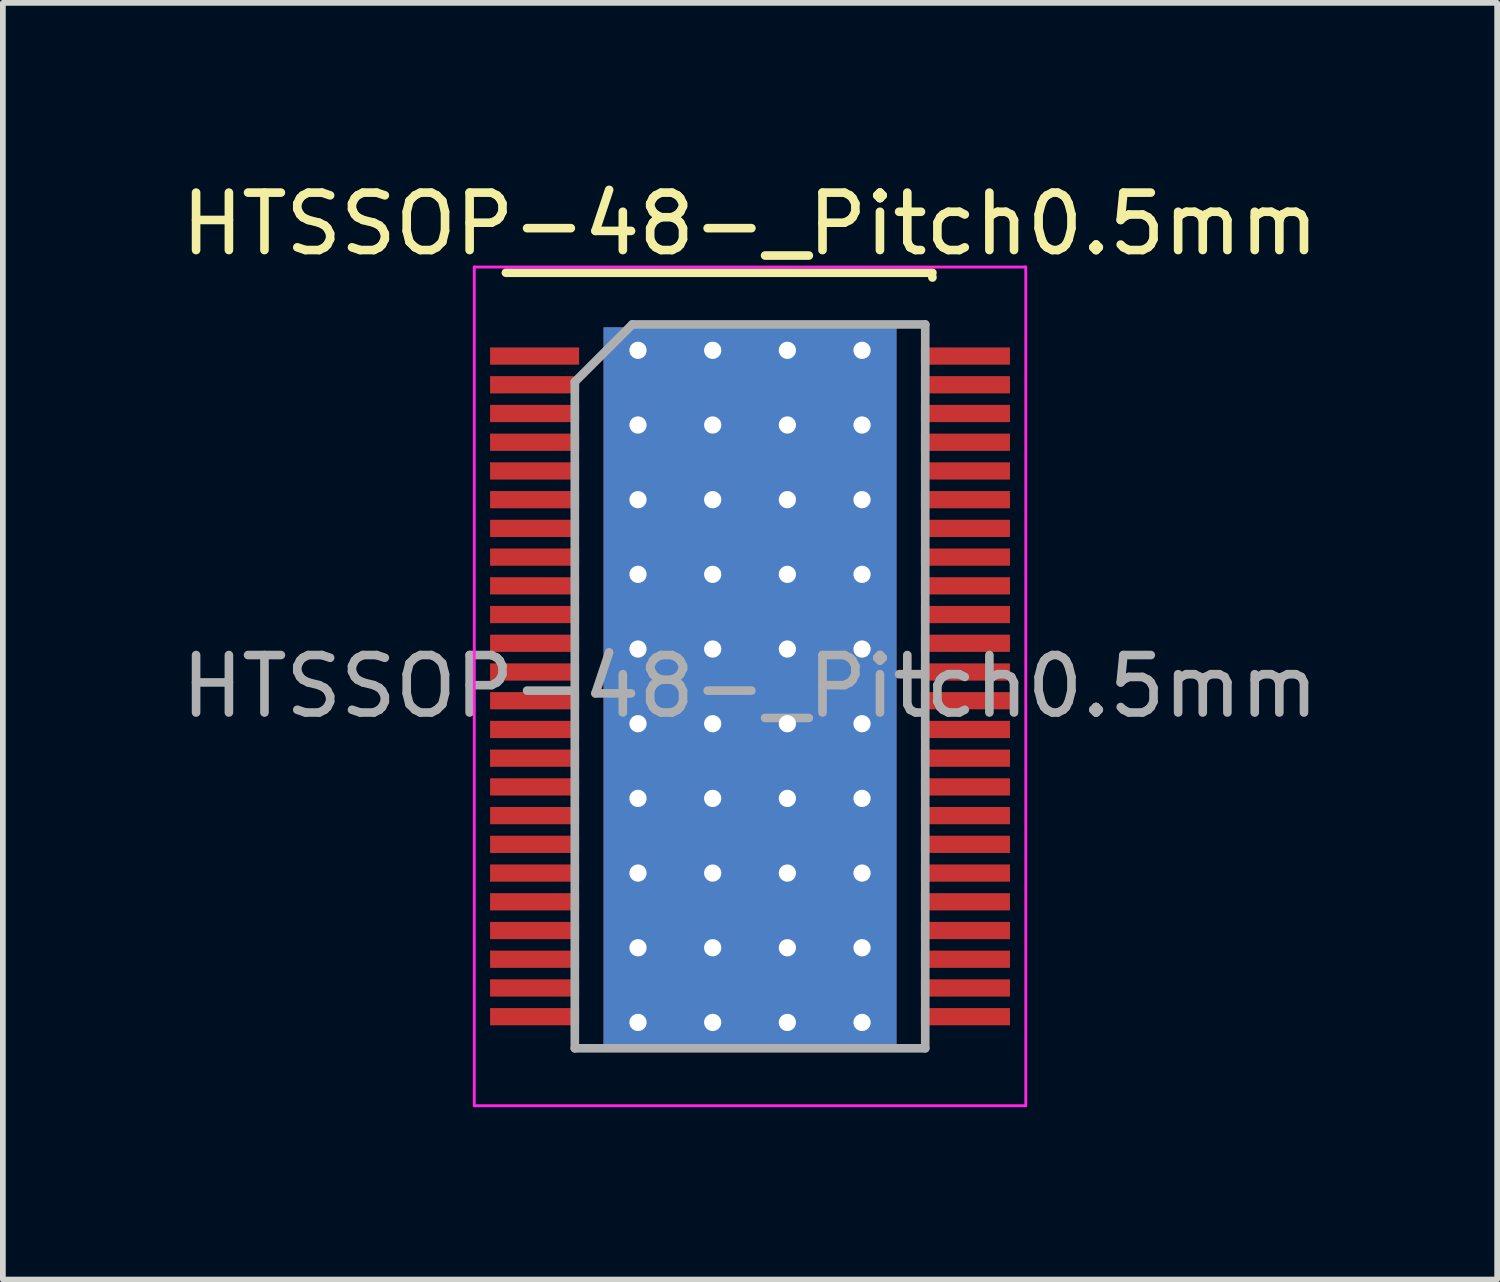
<source format=kicad_pcb>
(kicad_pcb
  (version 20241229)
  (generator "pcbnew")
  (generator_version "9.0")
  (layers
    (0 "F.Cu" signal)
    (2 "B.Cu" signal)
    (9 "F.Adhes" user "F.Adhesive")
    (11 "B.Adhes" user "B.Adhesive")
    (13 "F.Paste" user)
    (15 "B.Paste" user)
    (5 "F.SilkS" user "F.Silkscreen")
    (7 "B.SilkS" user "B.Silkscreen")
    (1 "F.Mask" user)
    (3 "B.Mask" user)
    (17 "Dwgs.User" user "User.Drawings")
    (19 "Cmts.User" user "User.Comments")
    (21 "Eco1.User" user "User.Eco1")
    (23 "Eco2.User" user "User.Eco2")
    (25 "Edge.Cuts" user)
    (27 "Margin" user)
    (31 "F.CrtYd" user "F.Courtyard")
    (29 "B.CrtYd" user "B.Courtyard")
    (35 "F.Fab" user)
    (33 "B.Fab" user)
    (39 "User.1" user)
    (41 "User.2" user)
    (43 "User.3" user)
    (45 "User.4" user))
  (footprint "HTSSOP-48-_Pitch0.5mm"
    (layer "F.Cu")
    (at 10.006 8.898)
    (property "Reference" "HTSSOP-48-_Pitch0.5mm" (at 0 -8.05 0) (layer "F.SilkS") (effects (font (size 1 1) (thickness 0.15))))
    (attr smd)
    (fp_line (start -4.25 -7.2) (end 3.175 -7.2) (stroke (width 0.15) (type solid)) (layer "F.SilkS"))
    (fp_line (start 3.175 -7.125) (end 3.175 -7.117) (stroke (width 0.15) (type solid)) (layer "F.SilkS"))
    (fp_line (start -4.8 -7.3) (end -4.8 7.3) (stroke (width 0.05) (type solid)) (layer "F.CrtYd"))
    (fp_line (start -4.8 -7.3) (end 4.8 -7.3) (stroke (width 0.05) (type solid)) (layer "F.CrtYd"))
    (fp_line (start -4.8 7.3) (end 4.8 7.3) (stroke (width 0.05) (type solid)) (layer "F.CrtYd"))
    (fp_line (start 4.8 -7.3) (end 4.8 7.3) (stroke (width 0.05) (type solid)) (layer "F.CrtYd"))
    (fp_line (start -3.05 -5.3) (end -2.05 -6.3) (stroke (width 0.15) (type solid)) (layer "F.Fab"))
    (fp_line (start -3.05 6.3) (end -3.05 -5.3) (stroke (width 0.15) (type solid)) (layer "F.Fab"))
    (fp_line (start -3.05 6.3) (end 3.05 6.3) (stroke (width 0.15) (type solid)) (layer "F.Fab"))
    (fp_line (start -2.05 -6.3) (end 3.05 -6.3) (stroke (width 0.15) (type solid)) (layer "F.Fab"))
    (fp_line (start 3.05 -6.3) (end 3.05 6.3) (stroke (width 0.15) (type solid)) (layer "F.Fab"))
    (fp_text user "${REFERENCE}" (at 0 0 0) (layer "F.Fab") (effects (font (size 1 1) (thickness 0.15))))
    (pad "1" smd rect (at -3.75 -5.75) (size 1.55 0.3) (layers "F.Cu" "F.Mask" "F.Paste"))
    (pad "2" smd rect (at -3.75 -5.25) (size 1.55 0.3) (layers "F.Cu" "F.Mask" "F.Paste"))
    (pad "3" smd rect (at -3.75 -4.75) (size 1.55 0.3) (layers "F.Cu" "F.Mask" "F.Paste"))
    (pad "4" smd rect (at -3.75 -4.25) (size 1.55 0.3) (layers "F.Cu" "F.Mask" "F.Paste"))
    (pad "5" smd rect (at -3.75 -3.75) (size 1.55 0.3) (layers "F.Cu" "F.Mask" "F.Paste"))
    (pad "6" smd rect (at -3.75 -3.25) (size 1.55 0.3) (layers "F.Cu" "F.Mask" "F.Paste"))
    (pad "7" smd rect (at -3.75 -2.75) (size 1.55 0.3) (layers "F.Cu" "F.Mask" "F.Paste"))
    (pad "8" smd rect (at -3.75 -2.25) (size 1.55 0.3) (layers "F.Cu" "F.Mask" "F.Paste"))
    (pad "9" smd rect (at -3.75 -1.75) (size 1.55 0.3) (layers "F.Cu" "F.Mask" "F.Paste"))
    (pad "10" smd rect (at -3.75 -1.25) (size 1.55 0.3) (layers "F.Cu" "F.Mask" "F.Paste"))
    (pad "11" smd rect (at -3.75 -0.75) (size 1.55 0.3) (layers "F.Cu" "F.Mask" "F.Paste"))
    (pad "12" smd rect (at -3.75 -0.25) (size 1.55 0.3) (layers "F.Cu" "F.Mask" "F.Paste"))
    (pad "13" smd rect (at -3.75 0.25) (size 1.55 0.3) (layers "F.Cu" "F.Mask" "F.Paste"))
    (pad "14" smd rect (at -3.75 0.75) (size 1.55 0.3) (layers "F.Cu" "F.Mask" "F.Paste"))
    (pad "15" smd rect (at -3.75 1.25) (size 1.55 0.3) (layers "F.Cu" "F.Mask" "F.Paste"))
    (pad "16" smd rect (at -3.75 1.75) (size 1.55 0.3) (layers "F.Cu" "F.Mask" "F.Paste"))
    (pad "17" smd rect (at -3.75 2.25) (size 1.55 0.3) (layers "F.Cu" "F.Mask" "F.Paste"))
    (pad "18" smd rect (at -3.75 2.75) (size 1.55 0.3) (layers "F.Cu" "F.Mask" "F.Paste"))
    (pad "19" smd rect (at -3.75 3.25) (size 1.55 0.3) (layers "F.Cu" "F.Mask" "F.Paste"))
    (pad "20" smd rect (at -3.75 3.75) (size 1.55 0.3) (layers "F.Cu" "F.Mask" "F.Paste"))
    (pad "21" smd rect (at -3.75 4.25) (size 1.55 0.3) (layers "F.Cu" "F.Mask" "F.Paste"))
    (pad "22" smd rect (at -3.75 4.75) (size 1.55 0.3) (layers "F.Cu" "F.Mask" "F.Paste"))
    (pad "23" smd rect (at -3.75 5.25) (size 1.55 0.3) (layers "F.Cu" "F.Mask" "F.Paste"))
    (pad "24" smd rect (at -3.75 5.75) (size 1.55 0.3) (layers "F.Cu" "F.Mask" "F.Paste"))
    (pad "25" smd rect (at 3.75 5.75) (size 1.55 0.3) (layers "F.Cu" "F.Mask" "F.Paste"))
    (pad "26" smd rect (at 3.75 5.25) (size 1.55 0.3) (layers "F.Cu" "F.Mask" "F.Paste"))
    (pad "27" smd rect (at 3.75 4.75) (size 1.55 0.3) (layers "F.Cu" "F.Mask" "F.Paste"))
    (pad "28" smd rect (at 3.75 4.25) (size 1.55 0.3) (layers "F.Cu" "F.Mask" "F.Paste"))
    (pad "29" smd rect (at 3.75 3.75) (size 1.55 0.3) (layers "F.Cu" "F.Mask" "F.Paste"))
    (pad "30" smd rect (at 3.75 3.25) (size 1.55 0.3) (layers "F.Cu" "F.Mask" "F.Paste"))
    (pad "31" smd rect (at 3.75 2.75) (size 1.55 0.3) (layers "F.Cu" "F.Mask" "F.Paste"))
    (pad "32" smd rect (at 3.75 2.25) (size 1.55 0.3) (layers "F.Cu" "F.Mask" "F.Paste"))
    (pad "33" smd rect (at 3.75 1.75) (size 1.55 0.3) (layers "F.Cu" "F.Mask" "F.Paste"))
    (pad "34" smd rect (at 3.75 1.25) (size 1.55 0.3) (layers "F.Cu" "F.Mask" "F.Paste"))
    (pad "35" smd rect (at 3.75 0.75) (size 1.55 0.3) (layers "F.Cu" "F.Mask" "F.Paste"))
    (pad "36" smd rect (at 3.75 0.25) (size 1.55 0.3) (layers "F.Cu" "F.Mask" "F.Paste"))
    (pad "37" smd rect (at 3.75 -0.25) (size 1.55 0.3) (layers "F.Cu" "F.Mask" "F.Paste"))
    (pad "38" smd rect (at 3.75 -0.75) (size 1.55 0.3) (layers "F.Cu" "F.Mask" "F.Paste"))
    (pad "39" smd rect (at 3.75 -1.25) (size 1.55 0.3) (layers "F.Cu" "F.Mask" "F.Paste"))
    (pad "40" smd rect (at 3.75 -1.75) (size 1.55 0.3) (layers "F.Cu" "F.Mask" "F.Paste"))
    (pad "41" smd rect (at 3.75 -2.25) (size 1.55 0.3) (layers "F.Cu" "F.Mask" "F.Paste"))
    (pad "42" smd rect (at 3.75 -2.75) (size 1.55 0.3) (layers "F.Cu" "F.Mask" "F.Paste"))
    (pad "43" smd rect (at 3.75 -3.25) (size 1.55 0.3) (layers "F.Cu" "F.Mask" "F.Paste"))
    (pad "44" smd rect (at 3.75 -3.75) (size 1.55 0.3) (layers "F.Cu" "F.Mask" "F.Paste"))
    (pad "45" smd rect (at 3.75 -4.25) (size 1.55 0.3) (layers "F.Cu" "F.Mask" "F.Paste"))
    (pad "46" smd rect (at 3.75 -4.75) (size 1.55 0.3) (layers "F.Cu" "F.Mask" "F.Paste"))
    (pad "47" smd rect (at 3.75 -5.25) (size 1.55 0.3) (layers "F.Cu" "F.Mask" "F.Paste"))
    (pad "48" smd rect (at 3.75 -5.75) (size 1.55 0.3) (layers "F.Cu" "F.Mask" "F.Paste"))
    (pad "GND" thru_hole circle (at -1.95 -5.85) (size 0.4 0.4) (drill 0.3) (layers "*.Cu"))
    (pad "GND" thru_hole circle (at -1.95 -4.55) (size 0.4 0.4) (drill 0.3) (layers "*.Cu"))
    (pad "GND" thru_hole circle (at -1.95 -3.25) (size 0.4 0.4) (drill 0.3) (layers "*.Cu"))
    (pad "GND" thru_hole circle (at -1.95 -1.95) (size 0.4 0.4) (drill 0.3) (layers "*.Cu"))
    (pad "GND" thru_hole circle (at -1.95 -0.65) (size 0.4 0.4) (drill 0.3) (layers "*.Cu"))
    (pad "GND" thru_hole circle (at -1.95 0.65) (size 0.4 0.4) (drill 0.3) (layers "*.Cu"))
    (pad "GND" thru_hole circle (at -1.95 1.95) (size 0.4 0.4) (drill 0.3) (layers "*.Cu"))
    (pad "GND" thru_hole circle (at -1.95 3.25) (size 0.4 0.4) (drill 0.3) (layers "*.Cu"))
    (pad "GND" thru_hole circle (at -1.95 4.55) (size 0.4 0.4) (drill 0.3) (layers "*.Cu"))
    (pad "GND" thru_hole circle (at -1.95 5.85) (size 0.4 0.4) (drill 0.3) (layers "*.Cu"))
    (pad "GND" thru_hole circle (at -0.65 -5.85) (size 0.4 0.4) (drill 0.3) (layers "*.Cu"))
    (pad "GND" thru_hole circle (at -0.65 -4.55) (size 0.4 0.4) (drill 0.3) (layers "*.Cu"))
    (pad "GND" thru_hole circle (at -0.65 -3.25) (size 0.4 0.4) (drill 0.3) (layers "*.Cu"))
    (pad "GND" thru_hole circle (at -0.65 -1.95) (size 0.4 0.4) (drill 0.3) (layers "*.Cu"))
    (pad "GND" thru_hole circle (at -0.65 -0.65) (size 0.4 0.4) (drill 0.3) (layers "*.Cu"))
    (pad "GND" thru_hole circle (at -0.65 0.65) (size 0.4 0.4) (drill 0.3) (layers "*.Cu"))
    (pad "GND" thru_hole circle (at -0.65 1.95) (size 0.4 0.4) (drill 0.3) (layers "*.Cu"))
    (pad "GND" thru_hole circle (at -0.65 3.25) (size 0.4 0.4) (drill 0.3) (layers "*.Cu"))
    (pad "GND" thru_hole circle (at -0.65 4.55) (size 0.4 0.4) (drill 0.3) (layers "*.Cu"))
    (pad "GND" thru_hole circle (at -0.65 5.85) (size 0.4 0.4) (drill 0.3) (layers "*.Cu"))
    (pad "GND" smd rect (at 0 0) (size 3.48 4.42) (layers "F.Cu" "F.Mask" "F.Paste"))
    (pad "GND" smd rect (at 0 0) (size 5.1 12.5) (layers "F.Cu"))
    (pad "GND" smd rect (at 0 0) (size 5.1 12.5) (layers "B.Cu"))
    (pad "GND" thru_hole circle (at 0.65 -5.85) (size 0.4 0.4) (drill 0.3) (layers "*.Cu"))
    (pad "GND" thru_hole circle (at 0.65 -4.55) (size 0.4 0.4) (drill 0.3) (layers "*.Cu"))
    (pad "GND" thru_hole circle (at 0.65 -3.25) (size 0.4 0.4) (drill 0.3) (layers "*.Cu"))
    (pad "GND" thru_hole circle (at 0.65 -1.95) (size 0.4 0.4) (drill 0.3) (layers "*.Cu"))
    (pad "GND" thru_hole circle (at 0.65 -0.65) (size 0.4 0.4) (drill 0.3) (layers "*.Cu"))
    (pad "GND" thru_hole circle (at 0.65 0.65) (size 0.4 0.4) (drill 0.3) (layers "*.Cu"))
    (pad "GND" thru_hole circle (at 0.65 1.95) (size 0.4 0.4) (drill 0.3) (layers "*.Cu"))
    (pad "GND" thru_hole circle (at 0.65 3.25) (size 0.4 0.4) (drill 0.3) (layers "*.Cu"))
    (pad "GND" thru_hole circle (at 0.65 4.55) (size 0.4 0.4) (drill 0.3) (layers "*.Cu"))
    (pad "GND" thru_hole circle (at 0.65 5.85) (size 0.4 0.4) (drill 0.3) (layers "*.Cu"))
    (pad "GND" thru_hole circle (at 1.95 -5.85) (size 0.4 0.4) (drill 0.3) (layers "*.Cu"))
    (pad "GND" thru_hole circle (at 1.95 -4.55) (size 0.4 0.4) (drill 0.3) (layers "*.Cu"))
    (pad "GND" thru_hole circle (at 1.95 -3.25) (size 0.4 0.4) (drill 0.3) (layers "*.Cu"))
    (pad "GND" thru_hole circle (at 1.95 -1.95) (size 0.4 0.4) (drill 0.3) (layers "*.Cu"))
    (pad "GND" thru_hole circle (at 1.95 -0.65) (size 0.4 0.4) (drill 0.3) (layers "*.Cu"))
    (pad "GND" thru_hole circle (at 1.95 0.65) (size 0.4 0.4) (drill 0.3) (layers "*.Cu"))
    (pad "GND" thru_hole circle (at 1.95 1.95) (size 0.4 0.4) (drill 0.3) (layers "*.Cu"))
    (pad "GND" thru_hole circle (at 1.95 3.25) (size 0.4 0.4) (drill 0.3) (layers "*.Cu"))
    (pad "GND" thru_hole circle (at 1.95 4.55) (size 0.4 0.4) (drill 0.3) (layers "*.Cu"))
    (pad "GND" thru_hole circle (at 1.95 5.85) (size 0.4 0.4) (drill 0.3) (layers "*.Cu")))
  (gr_rect
    (start -3 -3)
    (end 23.012 19.223)
    (stroke (width 0.1) (type default))
    (fill no)
    (layer "Edge.Cuts")))
</source>
